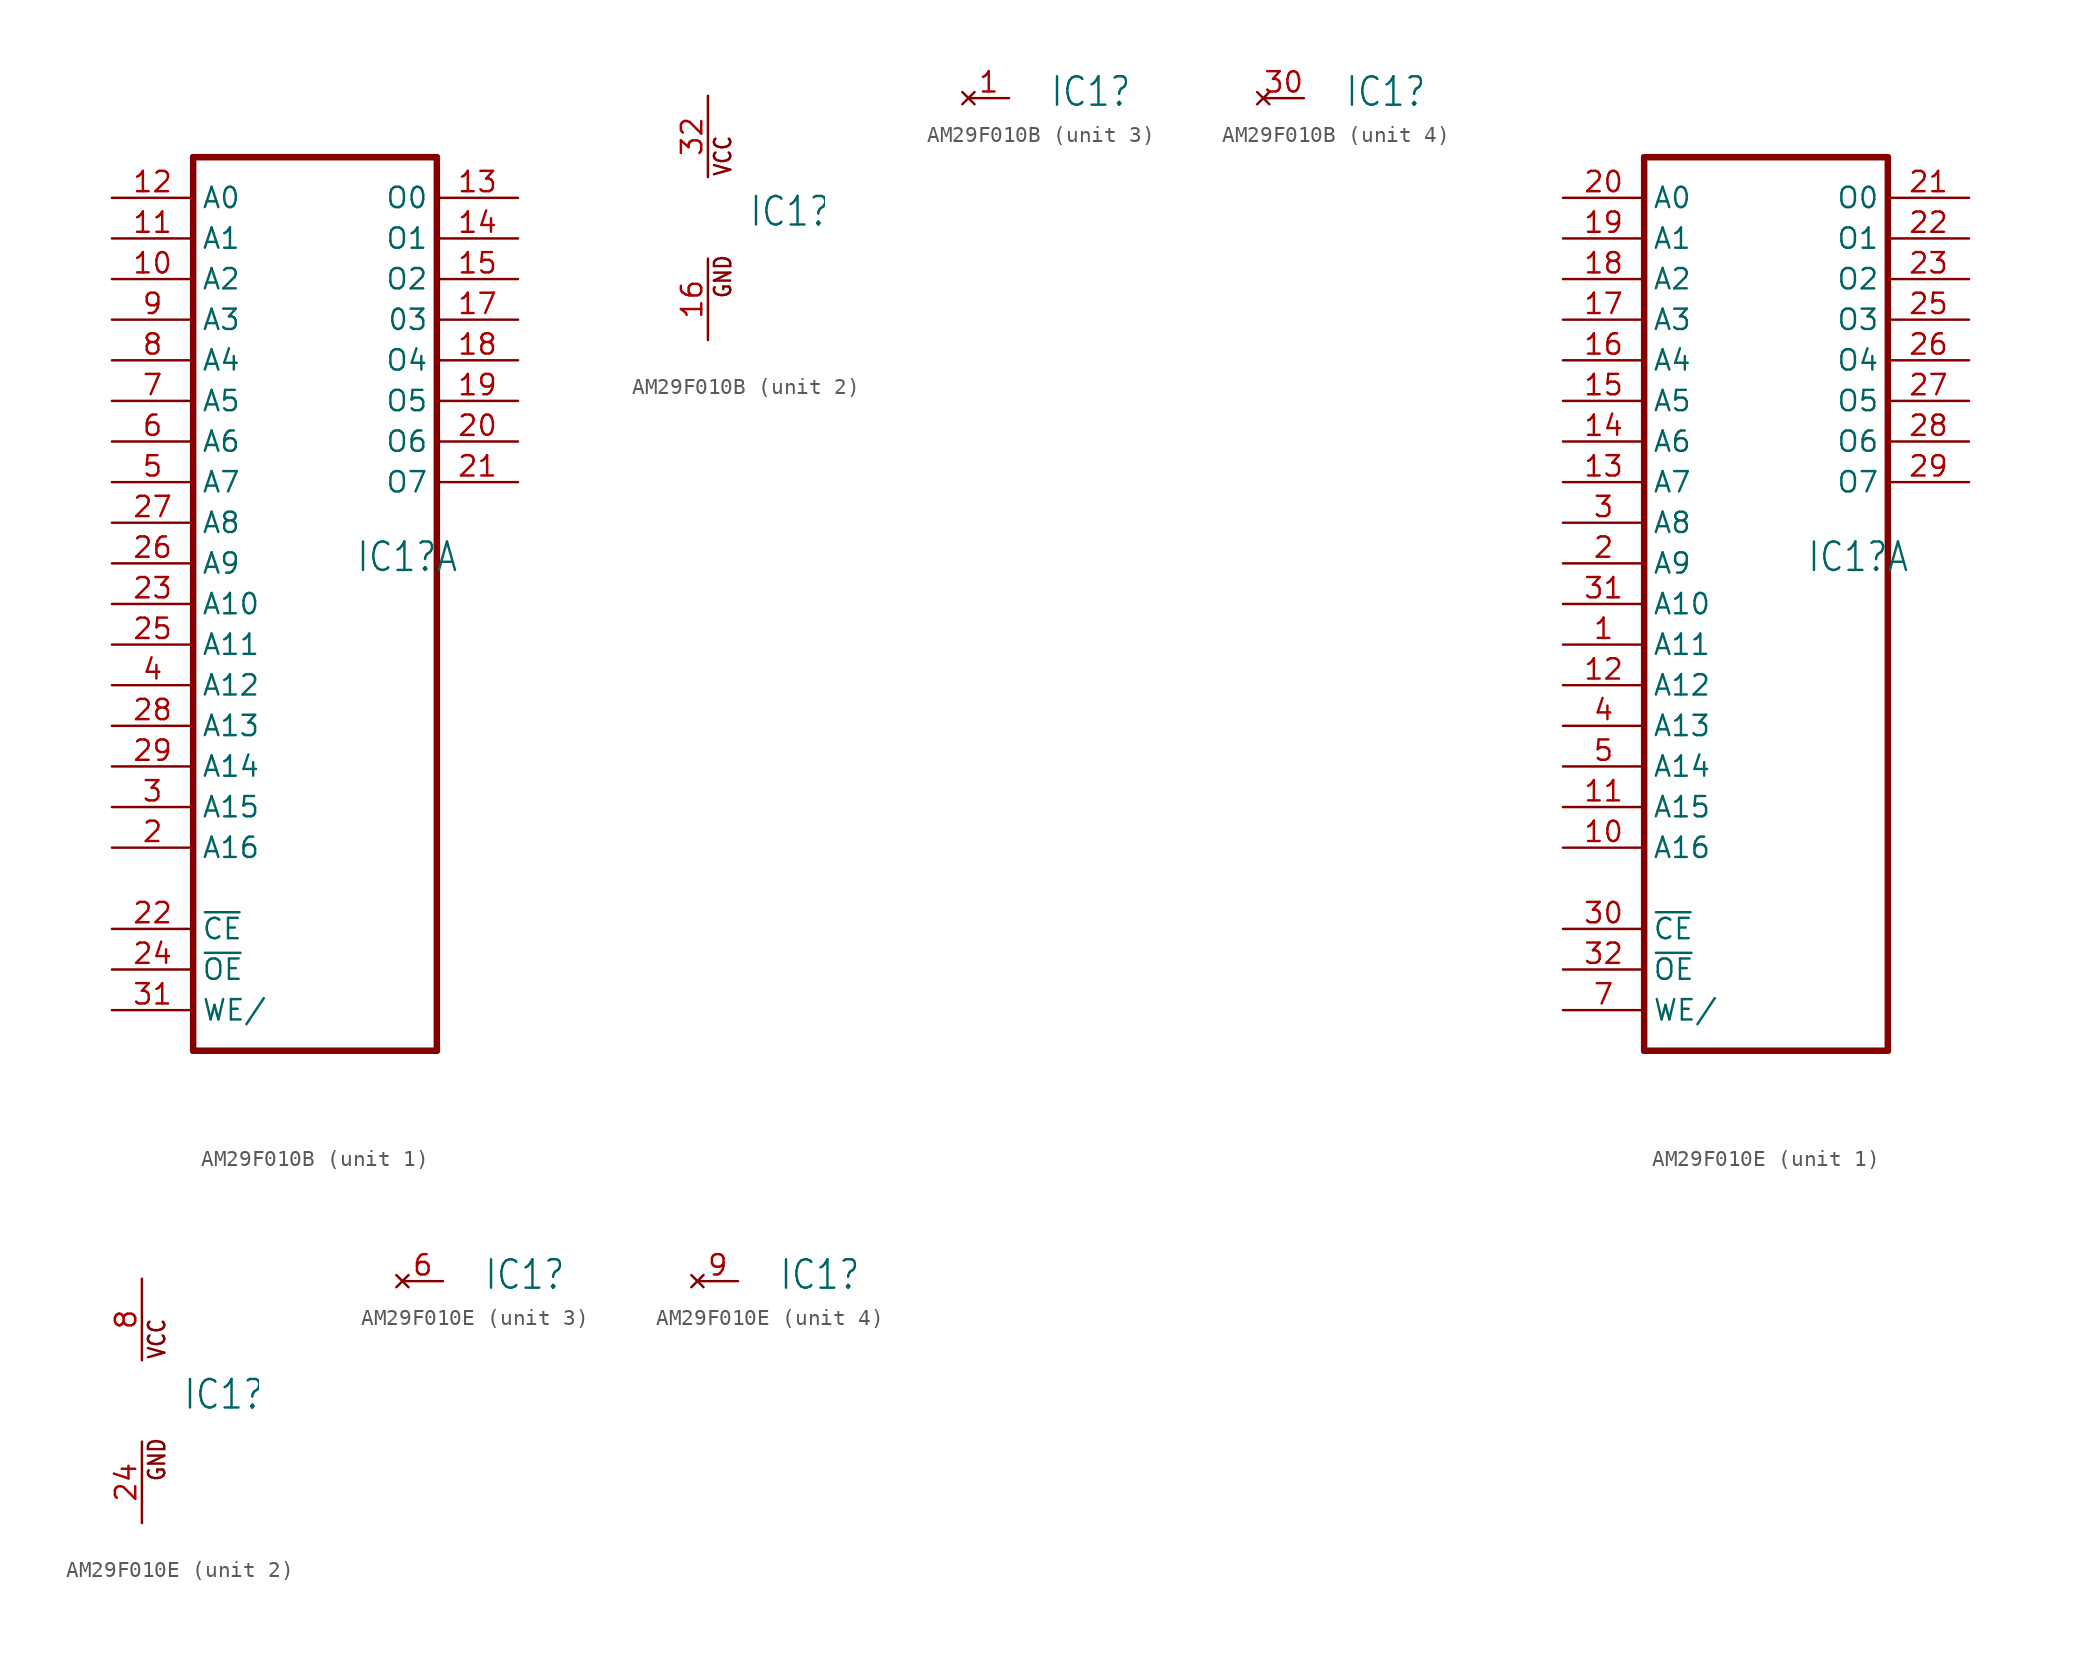
<source format=kicad_sym>
(kicad_symbol_lib
  (version 20220914)
  (generator kicad_symbol_editor)
  (symbol "AM29F010B"
    (property "Reference" "IC1"
      (at 2.54 -0.635 0)
      (effects (font (size 1.778 1.511)) (justify left bottom)))
    (property "ki_locked" ""
      (at 0 0 0)
      (effects (font (size 1.27 1.27))))
    (symbol "AM29F010B_1_0"
      (polyline (pts (xy -7.62 -30.48) (xy 7.62 -30.48)) (stroke (width 0.406) (type solid)) (fill (type none)))
      (polyline (pts (xy -7.62 25.4) (xy -7.62 -30.48)) (stroke (width 0.406) (type solid)) (fill (type none)))
      (polyline (pts (xy 7.62 -30.48) (xy 7.62 25.4)) (stroke (width 0.406) (type solid)) (fill (type none)))
      (polyline (pts (xy 7.62 25.4) (xy -7.62 25.4)) (stroke (width 0.406) (type solid)) (fill (type none)))
      (pin input line (at -12.7 17.78 0) (length 5.08) (name "A2" (effects (font (size 1.27 1.27)))) (number "10" (effects (font (size 1.27 1.27)))))
      (pin input line (at -12.7 20.32 0) (length 5.08) (name "A1" (effects (font (size 1.27 1.27)))) (number "11" (effects (font (size 1.27 1.27)))))
      (pin input line (at -12.7 22.86 0) (length 5.08) (name "A0" (effects (font (size 1.27 1.27)))) (number "12" (effects (font (size 1.27 1.27)))))
      (pin tri_state line (at 12.7 22.86 180) (length 5.08) (name "O0" (effects (font (size 1.27 1.27)))) (number "13" (effects (font (size 1.27 1.27)))))
      (pin tri_state line (at 12.7 20.32 180) (length 5.08) (name "O1" (effects (font (size 1.27 1.27)))) (number "14" (effects (font (size 1.27 1.27)))))
      (pin tri_state line (at 12.7 17.78 180) (length 5.08) (name "O2" (effects (font (size 1.27 1.27)))) (number "15" (effects (font (size 1.27 1.27)))))
      (pin tri_state line (at 12.7 15.24 180) (length 5.08) (name "03" (effects (font (size 1.27 1.27)))) (number "17" (effects (font (size 1.27 1.27)))))
      (pin tri_state line (at 12.7 12.7 180) (length 5.08) (name "O4" (effects (font (size 1.27 1.27)))) (number "18" (effects (font (size 1.27 1.27)))))
      (pin tri_state line (at 12.7 10.16 180) (length 5.08) (name "O5" (effects (font (size 1.27 1.27)))) (number "19" (effects (font (size 1.27 1.27)))))
      (pin input line (at -12.7 -17.78 0) (length 5.08) (name "A16" (effects (font (size 1.27 1.27)))) (number "2" (effects (font (size 1.27 1.27)))))
      (pin tri_state line (at 12.7 7.62 180) (length 5.08) (name "O6" (effects (font (size 1.27 1.27)))) (number "20" (effects (font (size 1.27 1.27)))))
      (pin tri_state line (at 12.7 5.08 180) (length 5.08) (name "O7" (effects (font (size 1.27 1.27)))) (number "21" (effects (font (size 1.27 1.27)))))
      (pin input line (at -12.7 -22.86 0) (length 5.08) (name "~{CE}" (effects (font (size 1.27 1.27)))) (number "22" (effects (font (size 1.27 1.27)))))
      (pin input line (at -12.7 -2.54 0) (length 5.08) (name "A10" (effects (font (size 1.27 1.27)))) (number "23" (effects (font (size 1.27 1.27)))))
      (pin input line (at -12.7 -25.4 0) (length 5.08) (name "~{OE}" (effects (font (size 1.27 1.27)))) (number "24" (effects (font (size 1.27 1.27)))))
      (pin input line (at -12.7 -5.08 0) (length 5.08) (name "A11" (effects (font (size 1.27 1.27)))) (number "25" (effects (font (size 1.27 1.27)))))
      (pin input line (at -12.7 0 0) (length 5.08) (name "A9" (effects (font (size 1.27 1.27)))) (number "26" (effects (font (size 1.27 1.27)))))
      (pin input line (at -12.7 2.54 0) (length 5.08) (name "A8" (effects (font (size 1.27 1.27)))) (number "27" (effects (font (size 1.27 1.27)))))
      (pin input line (at -12.7 -10.16 0) (length 5.08) (name "A13" (effects (font (size 1.27 1.27)))) (number "28" (effects (font (size 1.27 1.27)))))
      (pin input line (at -12.7 -12.7 0) (length 5.08) (name "A14" (effects (font (size 1.27 1.27)))) (number "29" (effects (font (size 1.27 1.27)))))
      (pin input line (at -12.7 -15.24 0) (length 5.08) (name "A15" (effects (font (size 1.27 1.27)))) (number "3" (effects (font (size 1.27 1.27)))))
      (pin input line (at -12.7 -27.94 0) (length 5.08) (name "WE/" (effects (font (size 1.27 1.27)))) (number "31" (effects (font (size 1.27 1.27)))))
      (pin input line (at -12.7 -7.62 0) (length 5.08) (name "A12" (effects (font (size 1.27 1.27)))) (number "4" (effects (font (size 1.27 1.27)))))
      (pin input line (at -12.7 5.08 0) (length 5.08) (name "A7" (effects (font (size 1.27 1.27)))) (number "5" (effects (font (size 1.27 1.27)))))
      (pin input line (at -12.7 7.62 0) (length 5.08) (name "A6" (effects (font (size 1.27 1.27)))) (number "6" (effects (font (size 1.27 1.27)))))
      (pin input line (at -12.7 10.16 0) (length 5.08) (name "A5" (effects (font (size 1.27 1.27)))) (number "7" (effects (font (size 1.27 1.27)))))
      (pin input line (at -12.7 12.7 0) (length 5.08) (name "A4" (effects (font (size 1.27 1.27)))) (number "8" (effects (font (size 1.27 1.27)))))
      (pin input line (at -12.7 15.24 0) (length 5.08) (name "A3" (effects (font (size 1.27 1.27)))) (number "9" (effects (font (size 1.27 1.27))))))
    (symbol "AM29F010B_2_0"
      (text "GND" (at 1.524 -5.08 900) (effects (font (size 1.016 0.864)) (justify left bottom)))
      (text "VCC" (at 1.524 2.54 900) (effects (font (size 1.016 0.864)) (justify left bottom)))
      (pin power_in line (at 0 -7.62 90) (length 5.08) (name "GND" (effects (font (size 0 0)))) (number "16" (effects (font (size 1.27 1.27)))))
      (pin power_in line (at 0 7.62 270) (length 5.08) (name "VCC" (effects (font (size 0 0)))) (number "32" (effects (font (size 1.27 1.27))))))
    (symbol "AM29F010B_3_0"
      (pin no_connect line (at -2.54 0 0) (length 2.54) (name "NC" (effects (font (size 0 0)))) (number "1" (effects (font (size 1.27 1.27))))))
    (symbol "AM29F010B_4_0"
      (pin no_connect line (at -2.54 0 0) (length 2.54) (name "NC" (effects (font (size 0 0)))) (number "30" (effects (font (size 1.27 1.27)))))))
  (symbol "AM29F010E"
    (property "Reference" "IC1"
      (at 2.54 -0.635 0)
      (effects (font (size 1.778 1.511)) (justify left bottom)))
    (property "ki_locked" ""
      (at 0 0 0)
      (effects (font (size 1.27 1.27))))
    (symbol "AM29F010E_1_0"
      (polyline (pts (xy -7.62 -30.48) (xy 7.62 -30.48)) (stroke (width 0.406) (type solid)) (fill (type none)))
      (polyline (pts (xy -7.62 25.4) (xy -7.62 -30.48)) (stroke (width 0.406) (type solid)) (fill (type none)))
      (polyline (pts (xy 7.62 -30.48) (xy 7.62 25.4)) (stroke (width 0.406) (type solid)) (fill (type none)))
      (polyline (pts (xy 7.62 25.4) (xy -7.62 25.4)) (stroke (width 0.406) (type solid)) (fill (type none)))
      (pin input line (at -12.7 -5.08 0) (length 5.08) (name "A11" (effects (font (size 1.27 1.27)))) (number "1" (effects (font (size 1.27 1.27)))))
      (pin input line (at -12.7 -17.78 0) (length 5.08) (name "A16" (effects (font (size 1.27 1.27)))) (number "10" (effects (font (size 1.27 1.27)))))
      (pin input line (at -12.7 -15.24 0) (length 5.08) (name "A15" (effects (font (size 1.27 1.27)))) (number "11" (effects (font (size 1.27 1.27)))))
      (pin input line (at -12.7 -7.62 0) (length 5.08) (name "A12" (effects (font (size 1.27 1.27)))) (number "12" (effects (font (size 1.27 1.27)))))
      (pin input line (at -12.7 5.08 0) (length 5.08) (name "A7" (effects (font (size 1.27 1.27)))) (number "13" (effects (font (size 1.27 1.27)))))
      (pin input line (at -12.7 7.62 0) (length 5.08) (name "A6" (effects (font (size 1.27 1.27)))) (number "14" (effects (font (size 1.27 1.27)))))
      (pin input line (at -12.7 10.16 0) (length 5.08) (name "A5" (effects (font (size 1.27 1.27)))) (number "15" (effects (font (size 1.27 1.27)))))
      (pin input line (at -12.7 12.7 0) (length 5.08) (name "A4" (effects (font (size 1.27 1.27)))) (number "16" (effects (font (size 1.27 1.27)))))
      (pin input line (at -12.7 15.24 0) (length 5.08) (name "A3" (effects (font (size 1.27 1.27)))) (number "17" (effects (font (size 1.27 1.27)))))
      (pin input line (at -12.7 17.78 0) (length 5.08) (name "A2" (effects (font (size 1.27 1.27)))) (number "18" (effects (font (size 1.27 1.27)))))
      (pin input line (at -12.7 20.32 0) (length 5.08) (name "A1" (effects (font (size 1.27 1.27)))) (number "19" (effects (font (size 1.27 1.27)))))
      (pin input line (at -12.7 0 0) (length 5.08) (name "A9" (effects (font (size 1.27 1.27)))) (number "2" (effects (font (size 1.27 1.27)))))
      (pin input line (at -12.7 22.86 0) (length 5.08) (name "A0" (effects (font (size 1.27 1.27)))) (number "20" (effects (font (size 1.27 1.27)))))
      (pin tri_state line (at 12.7 22.86 180) (length 5.08) (name "O0" (effects (font (size 1.27 1.27)))) (number "21" (effects (font (size 1.27 1.27)))))
      (pin tri_state line (at 12.7 20.32 180) (length 5.08) (name "O1" (effects (font (size 1.27 1.27)))) (number "22" (effects (font (size 1.27 1.27)))))
      (pin tri_state line (at 12.7 17.78 180) (length 5.08) (name "O2" (effects (font (size 1.27 1.27)))) (number "23" (effects (font (size 1.27 1.27)))))
      (pin tri_state line (at 12.7 15.24 180) (length 5.08) (name "O3" (effects (font (size 1.27 1.27)))) (number "25" (effects (font (size 1.27 1.27)))))
      (pin tri_state line (at 12.7 12.7 180) (length 5.08) (name "O4" (effects (font (size 1.27 1.27)))) (number "26" (effects (font (size 1.27 1.27)))))
      (pin tri_state line (at 12.7 10.16 180) (length 5.08) (name "O5" (effects (font (size 1.27 1.27)))) (number "27" (effects (font (size 1.27 1.27)))))
      (pin tri_state line (at 12.7 7.62 180) (length 5.08) (name "O6" (effects (font (size 1.27 1.27)))) (number "28" (effects (font (size 1.27 1.27)))))
      (pin tri_state line (at 12.7 5.08 180) (length 5.08) (name "O7" (effects (font (size 1.27 1.27)))) (number "29" (effects (font (size 1.27 1.27)))))
      (pin input line (at -12.7 2.54 0) (length 5.08) (name "A8" (effects (font (size 1.27 1.27)))) (number "3" (effects (font (size 1.27 1.27)))))
      (pin input line (at -12.7 -22.86 0) (length 5.08) (name "~{CE}" (effects (font (size 1.27 1.27)))) (number "30" (effects (font (size 1.27 1.27)))))
      (pin input line (at -12.7 -2.54 0) (length 5.08) (name "A10" (effects (font (size 1.27 1.27)))) (number "31" (effects (font (size 1.27 1.27)))))
      (pin input line (at -12.7 -25.4 0) (length 5.08) (name "~{OE}" (effects (font (size 1.27 1.27)))) (number "32" (effects (font (size 1.27 1.27)))))
      (pin input line (at -12.7 -10.16 0) (length 5.08) (name "A13" (effects (font (size 1.27 1.27)))) (number "4" (effects (font (size 1.27 1.27)))))
      (pin input line (at -12.7 -12.7 0) (length 5.08) (name "A14" (effects (font (size 1.27 1.27)))) (number "5" (effects (font (size 1.27 1.27)))))
      (pin input line (at -12.7 -27.94 0) (length 5.08) (name "WE/" (effects (font (size 1.27 1.27)))) (number "7" (effects (font (size 1.27 1.27))))))
    (symbol "AM29F010E_2_0"
      (text "GND" (at 1.524 -5.08 900) (effects (font (size 1.016 0.864)) (justify left bottom)))
      (text "VCC" (at 1.524 2.54 900) (effects (font (size 1.016 0.864)) (justify left bottom)))
      (pin power_in line (at 0 -7.62 90) (length 5.08) (name "GND" (effects (font (size 0 0)))) (number "24" (effects (font (size 1.27 1.27)))))
      (pin power_in line (at 0 7.62 270) (length 5.08) (name "VCC" (effects (font (size 0 0)))) (number "8" (effects (font (size 1.27 1.27))))))
    (symbol "AM29F010E_3_0"
      (pin no_connect line (at -2.54 0 0) (length 2.54) (name "NC" (effects (font (size 0 0)))) (number "6" (effects (font (size 1.27 1.27))))))
    (symbol "AM29F010E_4_0"
      (pin no_connect line (at -2.54 0 0) (length 2.54) (name "NC" (effects (font (size 0 0)))) (number "9" (effects (font (size 1.27 1.27))))))))
</source>
